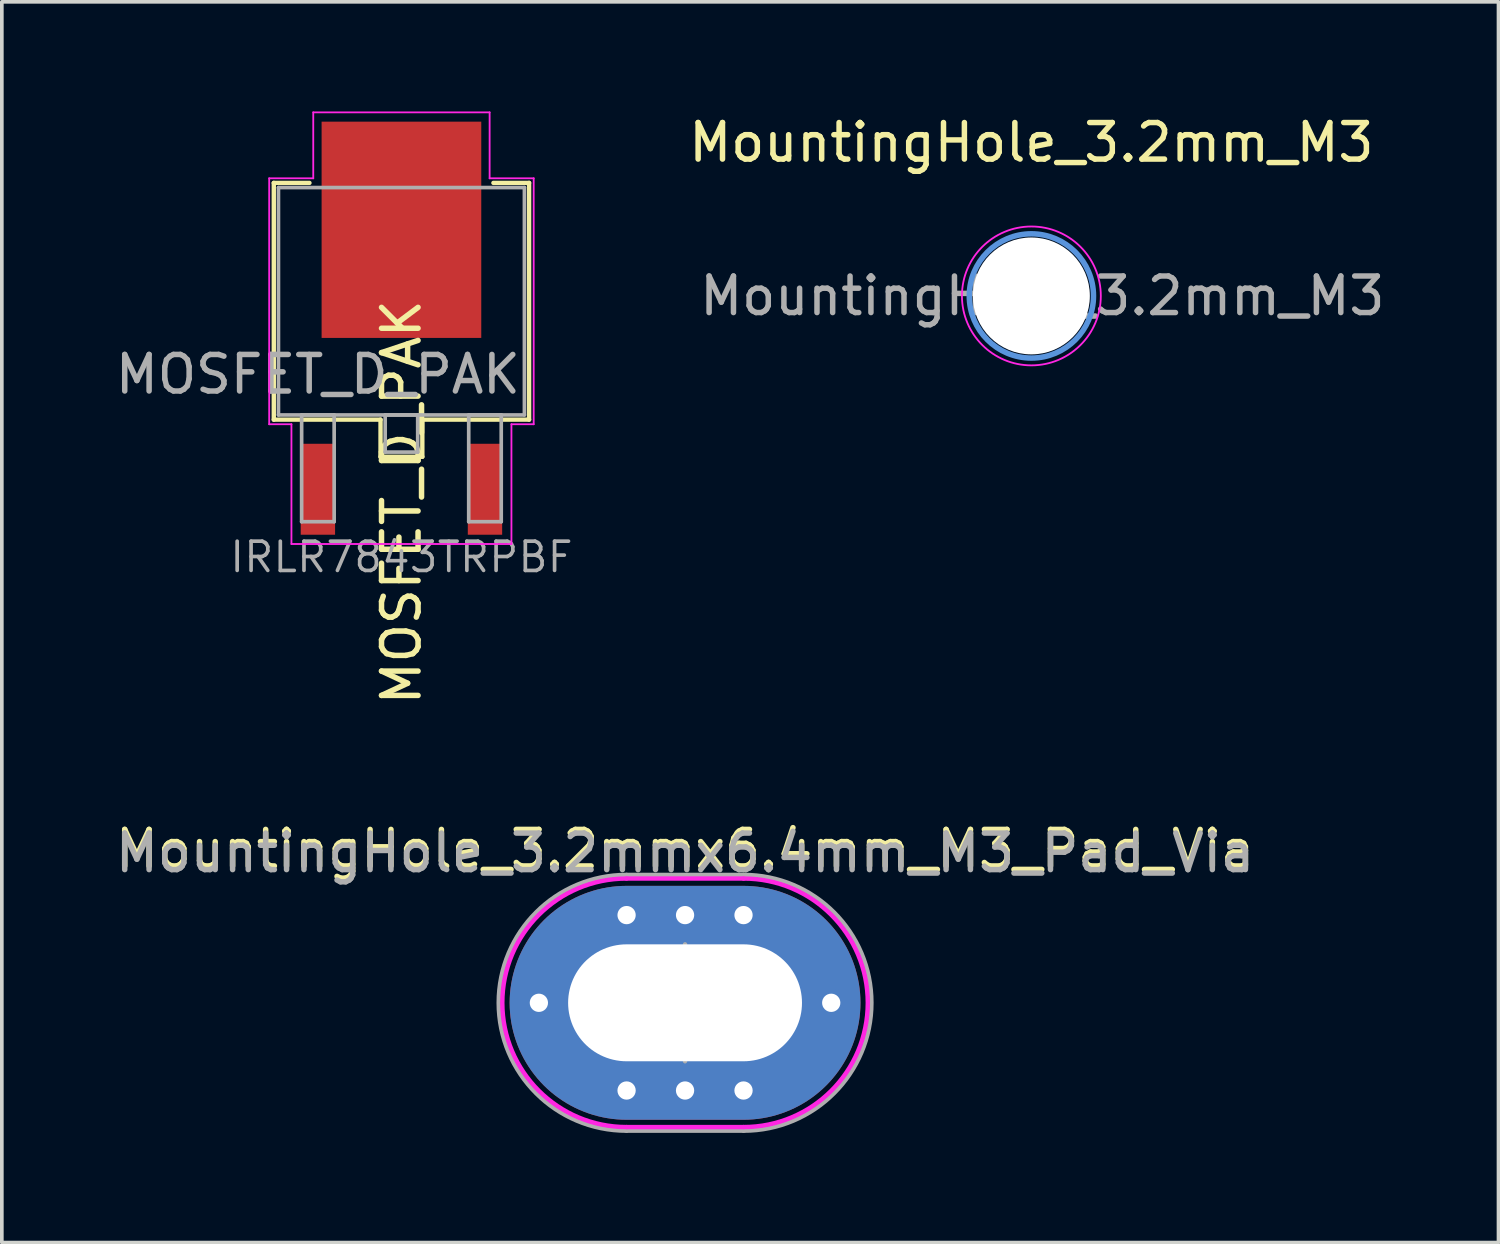
<source format=kicad_pcb>
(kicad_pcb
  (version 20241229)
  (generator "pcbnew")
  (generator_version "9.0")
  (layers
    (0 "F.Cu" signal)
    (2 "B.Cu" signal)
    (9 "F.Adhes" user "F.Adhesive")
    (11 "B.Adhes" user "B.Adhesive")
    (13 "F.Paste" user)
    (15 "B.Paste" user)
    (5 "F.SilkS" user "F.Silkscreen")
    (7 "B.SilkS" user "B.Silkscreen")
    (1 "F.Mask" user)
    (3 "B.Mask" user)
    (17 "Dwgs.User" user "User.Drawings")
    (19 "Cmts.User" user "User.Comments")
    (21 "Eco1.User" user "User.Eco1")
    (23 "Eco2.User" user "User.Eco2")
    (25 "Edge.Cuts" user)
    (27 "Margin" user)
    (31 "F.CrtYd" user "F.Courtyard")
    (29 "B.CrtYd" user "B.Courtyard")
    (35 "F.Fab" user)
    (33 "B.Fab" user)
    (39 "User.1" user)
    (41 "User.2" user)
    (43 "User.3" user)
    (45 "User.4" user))
  (footprint "MountingHole_3.2mm_M3"
    (layer "F.Cu")
    (at 25.173 5.048)
    (property "Reference" "MountingHole_3.2mm_M3" (at 0 -4.2 0) (layer "F.SilkS") (effects (font (size 1 1) (thickness 0.15))))
    (attr exclude_from_pos_files exclude_from_bom)
    (fp_circle (center 0 0) (end 1.7 0) (stroke (width 0.15) (type solid)) (fill no) (layer "Cmts.User"))
    (fp_circle (center 0 0) (end 1.9 0) (stroke (width 0.05) (type solid)) (fill no) (layer "F.CrtYd"))
    (fp_text user "${REFERENCE}" (at 0.3 0 0) (layer "F.Fab") (effects (font (size 1 1) (thickness 0.15))))
    (pad "" np_thru_hole circle (at 0 0) (size 3.2 3.2) (drill 3.2) (layers "*.Cu" "*.Mask")))
  (footprint "MOSFET_D_PAK"
    (layer "F.Cu")
    (at 7.935 5.194)
    (property "Reference" "MOSFET_D_PAK" (at 0 5.5 90) (layer "F.SilkS") (effects (font (size 1 1) (thickness 0.15))))
    (property "Value" "IRLR7843TRPBF" (at 0 0 0) (layer "F.SilkS") (hide yes) (effects (font (size 1 1) (thickness 0.15))))
    (attr smd)
    (fp_line (start -3.493 -3.239) (end -3.493 3.239) (stroke (width 0.12) (type solid)) (layer "F.SilkS"))
    (fp_line (start -3.493 3.239) (end -0.572 3.239) (stroke (width 0.12) (type solid)) (layer "F.SilkS"))
    (fp_line (start -2.517 -3.239) (end -3.493 -3.239) (stroke (width 0.12) (type solid)) (layer "F.SilkS"))
    (fp_line (start -0.572 3.239) (end -0.572 4.255) (stroke (width 0.12) (type solid)) (layer "F.SilkS"))
    (fp_line (start -0.572 4.255) (end 0.572 4.255) (stroke (width 0.12) (type solid)) (layer "F.SilkS"))
    (fp_line (start 0.572 3.239) (end 3.493 3.239) (stroke (width 0.12) (type solid)) (layer "F.SilkS"))
    (fp_line (start 0.572 4.255) (end 0.572 3.239) (stroke (width 0.12) (type solid)) (layer "F.SilkS"))
    (fp_line (start 3.493 -3.239) (end 2.517 -3.239) (stroke (width 0.12) (type solid)) (layer "F.SilkS"))
    (fp_line (start 3.493 3.239) (end 3.493 -3.239) (stroke (width 0.12) (type solid)) (layer "F.SilkS"))
    (fp_line (start -3.619 -3.365) (end -2.413 -3.365) (stroke (width 0.05) (type solid)) (layer "F.CrtYd"))
    (fp_line (start -3.619 3.365) (end -3.619 -3.365) (stroke (width 0.05) (type solid)) (layer "F.CrtYd"))
    (fp_line (start -3.01 3.365) (end -3.619 3.365) (stroke (width 0.05) (type solid)) (layer "F.CrtYd"))
    (fp_line (start -3.01 6.642) (end -3.01 3.365) (stroke (width 0.05) (type solid)) (layer "F.CrtYd"))
    (fp_line (start -2.413 -5.169) (end 2.413 -5.169) (stroke (width 0.05) (type solid)) (layer "F.CrtYd"))
    (fp_line (start -2.413 -3.365) (end -2.413 -5.169) (stroke (width 0.05) (type solid)) (layer "F.CrtYd"))
    (fp_line (start 2.413 -5.169) (end 2.413 -3.365) (stroke (width 0.05) (type solid)) (layer "F.CrtYd"))
    (fp_line (start 2.413 -3.365) (end 3.619 -3.365) (stroke (width 0.05) (type solid)) (layer "F.CrtYd"))
    (fp_line (start 3.01 3.365) (end 3.01 6.642) (stroke (width 0.05) (type solid)) (layer "F.CrtYd"))
    (fp_line (start 3.01 6.642) (end -3.01 6.642) (stroke (width 0.05) (type solid)) (layer "F.CrtYd"))
    (fp_line (start 3.619 -3.365) (end 3.619 3.365) (stroke (width 0.05) (type solid)) (layer "F.CrtYd"))
    (fp_line (start 3.619 3.365) (end 3.01 3.365) (stroke (width 0.05) (type solid)) (layer "F.CrtYd"))
    (fp_line (start -3.365 -3.111) (end -3.365 3.111) (stroke (width 0.1) (type solid)) (layer "F.Fab"))
    (fp_line (start -3.365 3.111) (end 3.365 3.111) (stroke (width 0.1) (type solid)) (layer "F.Fab"))
    (fp_line (start -2.731 3.111) (end -2.731 6.032) (stroke (width 0.1) (type solid)) (layer "F.Fab"))
    (fp_line (start -2.731 6.032) (end -1.841 6.032) (stroke (width 0.1) (type solid)) (layer "F.Fab"))
    (fp_line (start -1.841 3.111) (end -2.731 3.111) (stroke (width 0.1) (type solid)) (layer "F.Fab"))
    (fp_line (start -1.841 6.032) (end -1.841 3.111) (stroke (width 0.1) (type solid)) (layer "F.Fab"))
    (fp_line (start -0.445 3.111) (end -0.445 4.128) (stroke (width 0.1) (type solid)) (layer "F.Fab"))
    (fp_line (start -0.445 4.128) (end 0.445 4.128) (stroke (width 0.1) (type solid)) (layer "F.Fab"))
    (fp_line (start 0.445 3.111) (end -0.445 3.111) (stroke (width 0.1) (type solid)) (layer "F.Fab"))
    (fp_line (start 0.445 4.128) (end 0.445 3.111) (stroke (width 0.1) (type solid)) (layer "F.Fab"))
    (fp_line (start 1.841 3.111) (end 1.841 6.032) (stroke (width 0.1) (type solid)) (layer "F.Fab"))
    (fp_line (start 1.841 6.032) (end 2.731 6.032) (stroke (width 0.1) (type solid)) (layer "F.Fab"))
    (fp_line (start 2.731 3.111) (end 1.841 3.111) (stroke (width 0.1) (type solid)) (layer "F.Fab"))
    (fp_line (start 2.731 6.032) (end 2.731 3.111) (stroke (width 0.1) (type solid)) (layer "F.Fab"))
    (fp_line (start 3.365 -3.111) (end -3.365 -3.111) (stroke (width 0.1) (type solid)) (layer "F.Fab"))
    (fp_line (start 3.365 3.111) (end 3.365 -3.111) (stroke (width 0.1) (type solid)) (layer "F.Fab"))
    (fp_text user "${REFERENCE}" (at -2.286 2 0) (layer "F.Fab") (effects (font (size 1 1) (thickness 0.15))))
    (fp_text user "${VALUE}" (at 0 7 0) (layer "F.Fab") (effects (font (size 0.8 0.8) (thickness 0.1))))
    (pad "1" smd rect (at -2.286 5.144) (size 0.94 2.489) (layers "F.Cu" "F.Mask" "F.Paste"))
    (pad "2" smd rect (at 2.286 5.144) (size 0.94 2.489) (layers "F.Cu" "F.Mask" "F.Paste"))
    (pad "3" smd rect (at 0 -1.956) (size 4.369 5.918) (layers "F.Cu" "F.Mask" "F.Paste")))
  (footprint "MountingHole_3.2mmx6.4mm_M3_Pad_Via"
    (layer "F.Cu")
    (at 15.696 24.391)
    (property "Reference" "MountingHole_3.2mmx6.4mm_M3_Pad_Via" (at 0 -4.2 0) (layer "F.SilkS") (effects (font (size 1 1) (thickness 0.15))))
    (attr exclude_from_pos_files exclude_from_bom)
    (fp_line (start -1.6 -3.4) (end 1.6 -3.4) (stroke (width 0.12) (type solid)) (layer "F.CrtYd"))
    (fp_line (start -1.6 3.4) (end 1.6 3.4) (stroke (width 0.12) (type solid)) (layer "F.CrtYd"))
    (fp_arc (start -1.6 3.4) (mid -5 0) (end -1.6 -3.4) (stroke (width 0.12) (type solid)) (layer "F.CrtYd"))
    (fp_arc (start 1.6 -3.4) (mid 5 0) (end 1.6 3.4) (stroke (width 0.12) (type solid)) (layer "F.CrtYd"))
    (fp_line (start -1.6 0) (end 1.6 0) (stroke (width 0.12) (type solid)) (layer "F.Fab"))
    (fp_line (start -1.6 3.5) (end 1.6 3.5) (stroke (width 0.12) (type solid)) (layer "F.Fab"))
    (fp_line (start 0 -1.6) (end 0 1.6) (stroke (width 0.12) (type solid)) (layer "F.Fab"))
    (fp_line (start 1.6 -3.5) (end -1.6 -3.5) (stroke (width 0.12) (type solid)) (layer "F.Fab"))
    (fp_arc (start -1.6 3.5) (mid -5.1 0) (end -1.6 -3.5) (stroke (width 0.12) (type solid)) (layer "F.Fab"))
    (fp_arc (start 1.6 -3.5) (mid 5.1 0) (end 1.6 3.5) (stroke (width 0.12) (type solid)) (layer "F.Fab"))
    (fp_text user "${REFERENCE}" (at 0 -4.1 0) (layer "F.Fab") (effects (font (size 1 1) (thickness 0.15))))
    (pad "1" thru_hole circle (at -4 0) (size 0.8 0.8) (drill 0.5) (layers "*.Cu" "*.Mask"))
    (pad "1" thru_hole circle (at -1.6 -2.4) (size 0.8 0.8) (drill 0.5) (layers "*.Cu" "*.Mask"))
    (pad "1" thru_hole circle (at -1.6 2.4) (size 0.8 0.8) (drill 0.5) (layers "*.Cu" "*.Mask"))
    (pad "1" thru_hole circle (at 0 -2.4) (size 0.8 0.8) (drill 0.5) (layers "*.Cu" "*.Mask"))
    (pad "1" thru_hole oval (at 0 0) (size 9.6 6.4) (drill oval 6.4 3.2) (layers "*.Cu" "*.Mask"))
    (pad "1" thru_hole circle (at 0 2.4) (size 0.8 0.8) (drill 0.5) (layers "*.Cu" "*.Mask"))
    (pad "1" thru_hole circle (at 1.6 -2.4) (size 0.8 0.8) (drill 0.5) (layers "*.Cu" "*.Mask"))
    (pad "1" thru_hole circle (at 1.6 2.4) (size 0.8 0.8) (drill 0.5) (layers "*.Cu" "*.Mask"))
    (pad "1" thru_hole circle (at 4 0) (size 0.8 0.8) (drill 0.5) (layers "*.Cu" "*.Mask")))
  (gr_rect
    (start -3 -3)
    (end 37.955 30.951)
    (stroke (width 0.1) (type default))
    (fill no)
    (layer "Edge.Cuts")))
</source>
